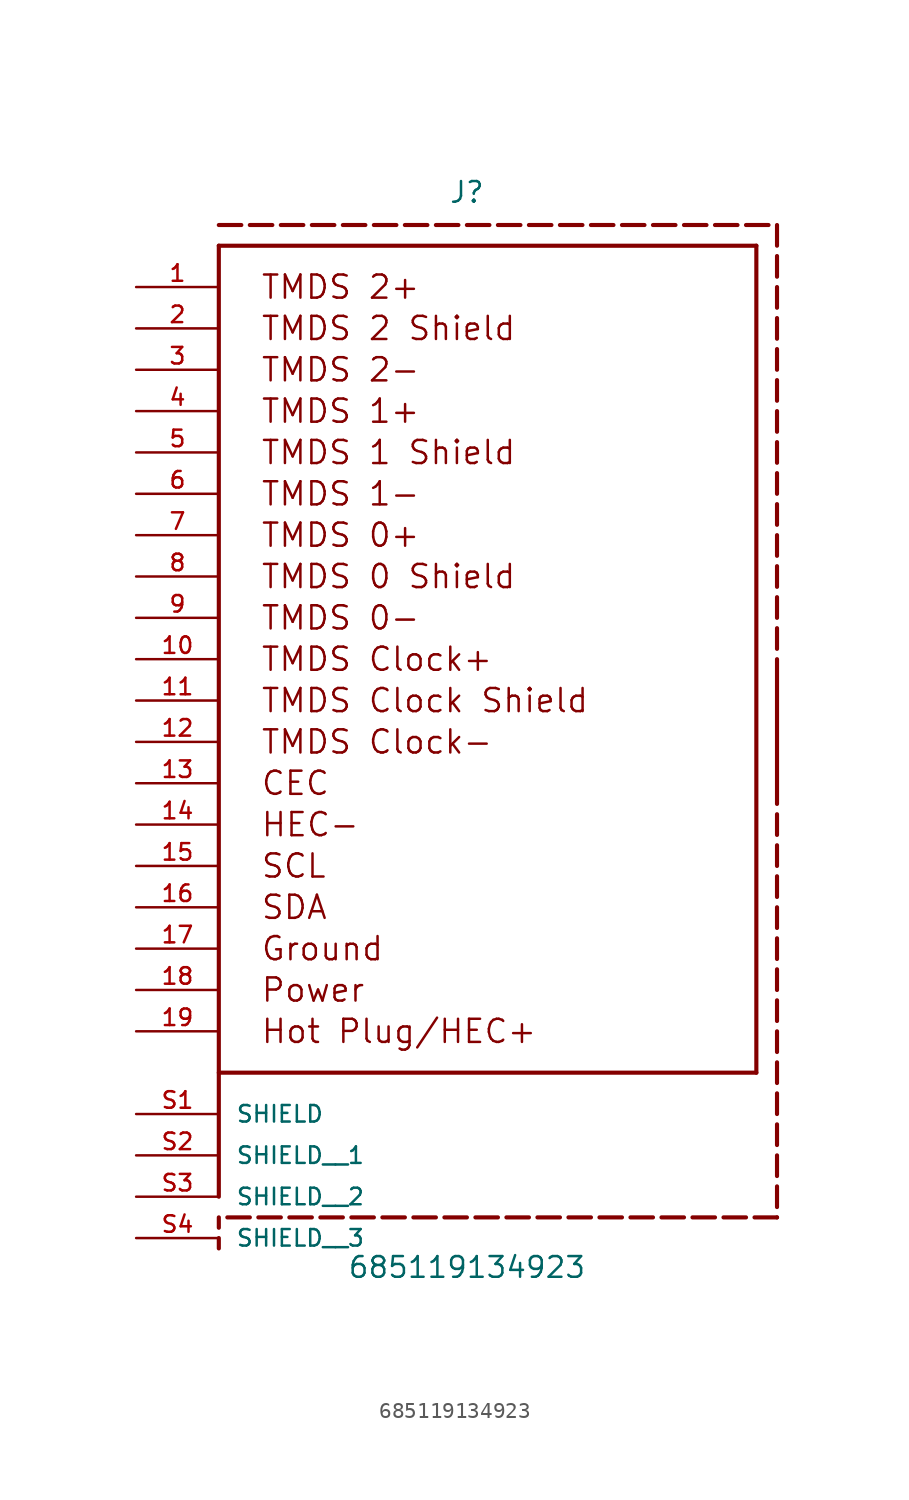
<source format=kicad_sym>
(kicad_symbol_lib
  (version 20211014)
  (generator kicad_symbol_editor)
  (symbol "685119134923"
    (pin_names
      (offset 1.016))
    (property "Reference" "J"
      (at 0.0 27.94 0)
      (effects (font (size 1.27 1.27)) (justify bottom)))
    (property "Value" "685119134923"
      (at 0.0 -38.1 0)
      (effects (font (size 1.27 1.27)) (justify bottom)))
    (symbol "685119134923_0_0"
      (polyline (pts (xy -15.24 25.4) (xy -15.24 -33.02)) (stroke (width 0.254)))
      (polyline (pts (xy -15.24 -25.4) (xy 17.78 -25.4)) (stroke (width 0.254)))
      (polyline (pts (xy 17.78 -25.4) (xy 17.78 25.4)) (stroke (width 0.254)))
      (polyline (pts (xy 17.78 25.4) (xy -15.24 25.4)) (stroke (width 0.254)))
      (text "TMDS 2+" (at -12.7 22.86 0) (effects (font (size 1.422 1.422)) (justify left)))
      (text "TMDS 2 Shield" (at -12.7 20.32 0) (effects (font (size 1.422 1.422)) (justify left)))
      (text "TMDS 2-" (at -12.7 17.78 0) (effects (font (size 1.422 1.422)) (justify left)))
      (text "TMDS 1+" (at -12.7 15.24 0) (effects (font (size 1.422 1.422)) (justify left)))
      (text "TMDS 1 Shield" (at -12.7 12.7 0) (effects (font (size 1.422 1.422)) (justify left)))
      (text "TMDS 1-" (at -12.7 10.16 0) (effects (font (size 1.422 1.422)) (justify left)))
      (text "TMDS 0+" (at -12.7 7.62 0) (effects (font (size 1.422 1.422)) (justify left)))
      (text "TMDS 0 Shield" (at -12.7 5.08 0) (effects (font (size 1.422 1.422)) (justify left)))
      (text "TMDS 0-" (at -12.7 2.54 0) (effects (font (size 1.422 1.422)) (justify left)))
      (text "TMDS Clock+" (at -12.7 0.0 0) (effects (font (size 1.422 1.422)) (justify left)))
      (text "TMDS Clock Shield" (at -12.7 -2.54 0) (effects (font (size 1.422 1.422)) (justify left)))
      (text "TMDS Clock-" (at -12.7 -5.08 0) (effects (font (size 1.422 1.422)) (justify left)))
      (text "CEC" (at -12.7 -7.62 0) (effects (font (size 1.422 1.422)) (justify left)))
      (text "HEC-" (at -12.7 -10.16 0) (effects (font (size 1.422 1.422)) (justify left)))
      (text "SCL" (at -12.7 -12.7 0) (effects (font (size 1.422 1.422)) (justify left)))
      (text "SDA" (at -12.7 -15.24 0) (effects (font (size 1.422 1.422)) (justify left)))
      (text "Ground" (at -12.7 -17.78 0) (effects (font (size 1.422 1.422)) (justify left)))
      (text "Power" (at -12.7 -20.32 0) (effects (font (size 1.422 1.422)) (justify left)))
      (text "Hot Plug/HEC+" (at -12.7 -22.86 0) (effects (font (size 1.422 1.422)) (justify left)))
      (polyline (pts (xy -15.24 26.67) (xy -13.858 26.67)) (stroke (width 0.254)))
      (polyline (pts (xy -13.335 26.67) (xy -11.953 26.67)) (stroke (width 0.254)))
      (polyline (pts (xy -11.43 26.67) (xy -10.048 26.67)) (stroke (width 0.254)))
      (polyline (pts (xy -9.525 26.67) (xy -8.143 26.67)) (stroke (width 0.254)))
      (polyline (pts (xy -7.62 26.67) (xy -6.238 26.67)) (stroke (width 0.254)))
      (polyline (pts (xy -5.715 26.67) (xy -4.333 26.67)) (stroke (width 0.254)))
      (polyline (pts (xy -3.81 26.67) (xy -2.428 26.67)) (stroke (width 0.254)))
      (polyline (pts (xy -1.905 26.67) (xy -0.523 26.67)) (stroke (width 0.254)))
      (polyline (pts (xy 0.0 26.67) (xy 1.382 26.67)) (stroke (width 0.254)))
      (polyline (pts (xy 1.905 26.67) (xy 3.287 26.67)) (stroke (width 0.254)))
      (polyline (pts (xy 3.81 26.67) (xy 5.192 26.67)) (stroke (width 0.254)))
      (polyline (pts (xy 5.715 26.67) (xy 7.097 26.67)) (stroke (width 0.254)))
      (polyline (pts (xy 7.62 26.67) (xy 9.002 26.67)) (stroke (width 0.254)))
      (polyline (pts (xy 9.525 26.67) (xy 10.907 26.67)) (stroke (width 0.254)))
      (polyline (pts (xy 11.43 26.67) (xy 12.812 26.67)) (stroke (width 0.254)))
      (polyline (pts (xy 13.335 26.67) (xy 14.717 26.67)) (stroke (width 0.254)))
      (polyline (pts (xy 15.24 26.67) (xy 16.622 26.67)) (stroke (width 0.254)))
      (polyline (pts (xy 17.145 26.67) (xy 18.527 26.67)) (stroke (width 0.254)))
      (polyline (pts (xy 19.05 26.67) (xy 19.05 25.4)) (stroke (width 0.254)))
      (polyline (pts (xy 19.05 24.765) (xy 19.05 23.495)) (stroke (width 0.254)))
      (polyline (pts (xy 19.05 22.86) (xy 19.05 21.59)) (stroke (width 0.254)))
      (polyline (pts (xy 19.05 20.955) (xy 19.05 19.685)) (stroke (width 0.254)))
      (polyline (pts (xy 19.05 19.05) (xy 19.05 17.78)) (stroke (width 0.254)))
      (polyline (pts (xy 19.05 17.145) (xy 19.05 15.875)) (stroke (width 0.254)))
      (polyline (pts (xy 19.05 15.24) (xy 19.05 13.97)) (stroke (width 0.254)))
      (polyline (pts (xy 19.05 13.335) (xy 19.05 12.065)) (stroke (width 0.254)))
      (polyline (pts (xy 19.05 11.43) (xy 19.05 10.16)) (stroke (width 0.254)))
      (polyline (pts (xy 19.05 9.525) (xy 19.05 8.255)) (stroke (width 0.254)))
      (polyline (pts (xy 19.05 7.62) (xy 19.05 6.35)) (stroke (width 0.254)))
      (polyline (pts (xy 19.05 5.715) (xy 19.05 4.445)) (stroke (width 0.254)))
      (polyline (pts (xy 19.05 3.81) (xy 19.05 2.54)) (stroke (width 0.254)))
      (polyline (pts (xy 19.05 1.905) (xy 19.05 0.635)) (stroke (width 0.254)))
      (polyline (pts (xy 19.05 0.0) (xy 19.05 -8.89)) (stroke (width 0.254)))
      (polyline (pts (xy 19.05 -9.525) (xy 19.05 -10.795)) (stroke (width 0.254)))
      (polyline (pts (xy 19.05 -11.43) (xy 19.05 -12.7)) (stroke (width 0.254)))
      (polyline (pts (xy 19.05 -13.335) (xy 19.05 -14.605)) (stroke (width 0.254)))
      (polyline (pts (xy 19.05 -15.24) (xy 19.05 -16.51)) (stroke (width 0.254)))
      (polyline (pts (xy 19.05 -17.145) (xy 19.05 -18.415)) (stroke (width 0.254)))
      (polyline (pts (xy 19.05 -19.05) (xy 19.05 -20.32)) (stroke (width 0.254)))
      (polyline (pts (xy 19.05 -20.955) (xy 19.05 -22.225)) (stroke (width 0.254)))
      (polyline (pts (xy 19.05 -22.86) (xy 19.05 -24.13)) (stroke (width 0.254)))
      (polyline (pts (xy 19.05 -24.765) (xy 19.05 -26.035)) (stroke (width 0.254)))
      (polyline (pts (xy 19.05 -26.67) (xy 19.05 -27.94)) (stroke (width 0.254)))
      (polyline (pts (xy 19.05 -28.575) (xy 19.05 -29.845)) (stroke (width 0.254)))
      (polyline (pts (xy 19.05 -30.48) (xy 19.05 -31.75)) (stroke (width 0.254)))
      (polyline (pts (xy 19.05 -32.385) (xy 19.05 -33.655)) (stroke (width 0.254)))
      (polyline (pts (xy 19.05 -34.29) (xy 19.05 -34.29)) (stroke (width 0.254)))
      (polyline (pts (xy 19.05 -34.29) (xy 17.668 -34.29)) (stroke (width 0.254)))
      (polyline (pts (xy 17.145 -34.29) (xy 15.763 -34.29)) (stroke (width 0.254)))
      (polyline (pts (xy 15.24 -34.29) (xy 13.858 -34.29)) (stroke (width 0.254)))
      (polyline (pts (xy 13.335 -34.29) (xy 11.953 -34.29)) (stroke (width 0.254)))
      (polyline (pts (xy 11.43 -34.29) (xy 10.048 -34.29)) (stroke (width 0.254)))
      (polyline (pts (xy 9.525 -34.29) (xy 8.143 -34.29)) (stroke (width 0.254)))
      (polyline (pts (xy 7.62 -34.29) (xy 6.238 -34.29)) (stroke (width 0.254)))
      (polyline (pts (xy 5.715 -34.29) (xy 4.333 -34.29)) (stroke (width 0.254)))
      (polyline (pts (xy 3.81 -34.29) (xy 2.428 -34.29)) (stroke (width 0.254)))
      (polyline (pts (xy 1.905 -34.29) (xy 0.523 -34.29)) (stroke (width 0.254)))
      (polyline (pts (xy 0.0 -34.29) (xy -1.382 -34.29)) (stroke (width 0.254)))
      (polyline (pts (xy -1.905 -34.29) (xy -3.287 -34.29)) (stroke (width 0.254)))
      (polyline (pts (xy -3.81 -34.29) (xy -5.192 -34.29)) (stroke (width 0.254)))
      (polyline (pts (xy -5.715 -34.29) (xy -7.097 -34.29)) (stroke (width 0.254)))
      (polyline (pts (xy -7.62 -34.29) (xy -9.002 -34.29)) (stroke (width 0.254)))
      (polyline (pts (xy -9.525 -34.29) (xy -10.907 -34.29)) (stroke (width 0.254)))
      (polyline (pts (xy -11.43 -34.29) (xy -12.812 -34.29)) (stroke (width 0.254)))
      (polyline (pts (xy -13.335 -34.29) (xy -14.717 -34.29)) (stroke (width 0.254)))
      (polyline (pts (xy -15.24 -34.29) (xy -15.24 -34.925)) (stroke (width 0.254)))
      (polyline (pts (xy -15.24 -36.195) (xy -15.24 -35.56)) (stroke (width 0.254)))
      (pin passive line (at -20.32 22.86 0) (length 5.08) (name "~" (effects (font (size 1.016 1.016)))) (number "1" (effects (font (size 1.016 1.016)))))
      (pin passive line (at -20.32 20.32 0) (length 5.08) (name "~" (effects (font (size 1.016 1.016)))) (number "2" (effects (font (size 1.016 1.016)))))
      (pin passive line (at -20.32 17.78 0) (length 5.08) (name "~" (effects (font (size 1.016 1.016)))) (number "3" (effects (font (size 1.016 1.016)))))
      (pin passive line (at -20.32 15.24 0) (length 5.08) (name "~" (effects (font (size 1.016 1.016)))) (number "4" (effects (font (size 1.016 1.016)))))
      (pin passive line (at -20.32 12.7 0) (length 5.08) (name "~" (effects (font (size 1.016 1.016)))) (number "5" (effects (font (size 1.016 1.016)))))
      (pin passive line (at -20.32 10.16 0) (length 5.08) (name "~" (effects (font (size 1.016 1.016)))) (number "6" (effects (font (size 1.016 1.016)))))
      (pin passive line (at -20.32 7.62 0) (length 5.08) (name "~" (effects (font (size 1.016 1.016)))) (number "7" (effects (font (size 1.016 1.016)))))
      (pin passive line (at -20.32 5.08 0) (length 5.08) (name "~" (effects (font (size 1.016 1.016)))) (number "8" (effects (font (size 1.016 1.016)))))
      (pin passive line (at -20.32 2.54 0) (length 5.08) (name "~" (effects (font (size 1.016 1.016)))) (number "9" (effects (font (size 1.016 1.016)))))
      (pin passive line (at -20.32 0.0 0) (length 5.08) (name "~" (effects (font (size 1.016 1.016)))) (number "10" (effects (font (size 1.016 1.016)))))
      (pin passive line (at -20.32 -2.54 0) (length 5.08) (name "~" (effects (font (size 1.016 1.016)))) (number "11" (effects (font (size 1.016 1.016)))))
      (pin passive line (at -20.32 -5.08 0) (length 5.08) (name "~" (effects (font (size 1.016 1.016)))) (number "12" (effects (font (size 1.016 1.016)))))
      (pin passive line (at -20.32 -7.62 0) (length 5.08) (name "~" (effects (font (size 1.016 1.016)))) (number "13" (effects (font (size 1.016 1.016)))))
      (pin passive line (at -20.32 -10.16 0) (length 5.08) (name "~" (effects (font (size 1.016 1.016)))) (number "14" (effects (font (size 1.016 1.016)))))
      (pin passive line (at -20.32 -12.7 0) (length 5.08) (name "~" (effects (font (size 1.016 1.016)))) (number "15" (effects (font (size 1.016 1.016)))))
      (pin passive line (at -20.32 -15.24 0) (length 5.08) (name "~" (effects (font (size 1.016 1.016)))) (number "16" (effects (font (size 1.016 1.016)))))
      (pin passive line (at -20.32 -17.78 0) (length 5.08) (name "~" (effects (font (size 1.016 1.016)))) (number "17" (effects (font (size 1.016 1.016)))))
      (pin power_in line (at -20.32 -20.32 0) (length 5.08) (name "~" (effects (font (size 1.016 1.016)))) (number "18" (effects (font (size 1.016 1.016)))))
      (pin passive line (at -20.32 -22.86 0) (length 5.08) (name "~" (effects (font (size 1.016 1.016)))) (number "19" (effects (font (size 1.016 1.016)))))
      (pin passive line (at -20.32 -27.94 0) (length 5.08) (name "SHIELD" (effects (font (size 1.016 1.016)))) (number "S1" (effects (font (size 1.016 1.016)))))
      (pin passive line (at -20.32 -30.48 0) (length 5.08) (name "SHIELD__1" (effects (font (size 1.016 1.016)))) (number "S2" (effects (font (size 1.016 1.016)))))
      (pin passive line (at -20.32 -33.02 0) (length 5.08) (name "SHIELD__2" (effects (font (size 1.016 1.016)))) (number "S3" (effects (font (size 1.016 1.016)))))
      (pin passive line (at -20.32 -35.56 0) (length 5.08) (name "SHIELD__3" (effects (font (size 1.016 1.016)))) (number "S4" (effects (font (size 1.016 1.016))))))))
</source>
